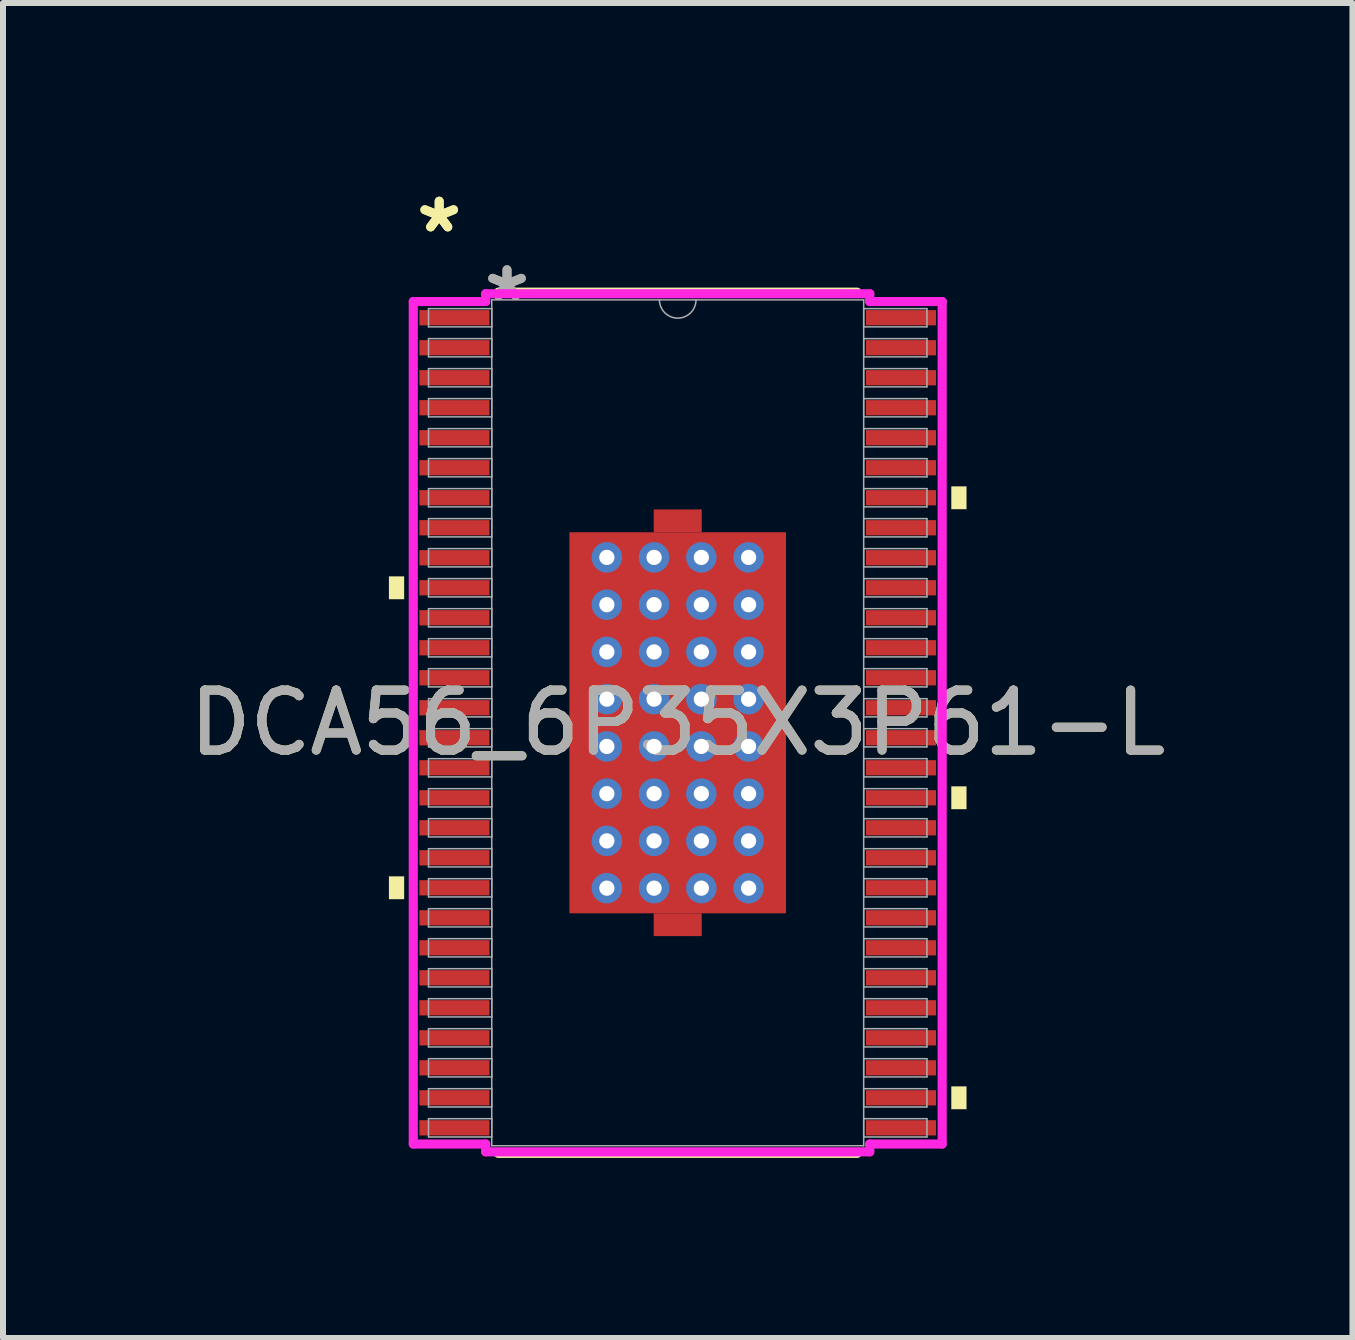
<source format=kicad_pcb>
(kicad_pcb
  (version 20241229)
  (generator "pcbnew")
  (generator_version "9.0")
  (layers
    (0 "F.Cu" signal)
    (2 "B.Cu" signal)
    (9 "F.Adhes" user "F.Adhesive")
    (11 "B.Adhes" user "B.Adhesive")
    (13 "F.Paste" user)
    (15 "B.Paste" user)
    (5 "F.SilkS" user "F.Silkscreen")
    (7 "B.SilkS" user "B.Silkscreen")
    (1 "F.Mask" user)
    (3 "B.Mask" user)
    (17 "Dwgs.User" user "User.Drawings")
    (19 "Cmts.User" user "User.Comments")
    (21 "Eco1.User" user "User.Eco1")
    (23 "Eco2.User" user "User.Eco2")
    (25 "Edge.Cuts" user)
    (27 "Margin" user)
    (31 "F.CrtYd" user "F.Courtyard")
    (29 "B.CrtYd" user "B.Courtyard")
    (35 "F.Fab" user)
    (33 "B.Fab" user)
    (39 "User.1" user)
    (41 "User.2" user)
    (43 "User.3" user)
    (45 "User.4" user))
  (footprint "DCA56_6P35X3P61-L"
    (layer "F.Cu")
    (at 8.244 8.995)
    (property "Reference" "DCA56_6P35X3P61-L" (at 0 0 0) (unlocked yes) (layer "F.SilkS") (effects (font (size 1 1) (thickness 0.15))))
    (attr smd)
    (fp_poly (pts (xy -0.4 -3.175) (xy -0.4 -3.555) (xy 0.4 -3.555) (xy 0.4 -3.175)) (stroke (width 0) (type solid)) (fill yes) (layer "F.Cu"))
    (fp_poly (pts (xy -0.4 3.175) (xy -0.4 3.555) (xy 0.4 3.555) (xy 0.4 3.175)) (stroke (width 0) (type solid)) (fill yes) (layer "F.Cu"))
    (fp_poly (pts (xy -1.869 -3.239) (xy -1.381 -3.239) (xy -1.381 3.239) (xy -1.869 3.239)) (stroke (width 0) (type solid)) (fill yes) (layer "F.Mask"))
    (fp_poly (pts (xy -1.869 -3.239) (xy 1.869 -3.239) (xy 1.869 -2.956) (xy -1.869 -2.956)) (stroke (width 0) (type solid)) (fill yes) (layer "F.Mask"))
    (fp_poly (pts (xy -1.869 -2.556) (xy 1.869 -2.556) (xy 1.869 -2.168) (xy -1.869 -2.168)) (stroke (width 0) (type solid)) (fill yes) (layer "F.Mask"))
    (fp_poly (pts (xy -1.869 -1.768) (xy 1.869 -1.768) (xy 1.869 -1.381) (xy -1.869 -1.381)) (stroke (width 0) (type solid)) (fill yes) (layer "F.Mask"))
    (fp_poly (pts (xy -1.869 -0.981) (xy 1.869 -0.981) (xy 1.869 -0.594) (xy -1.869 -0.594)) (stroke (width 0) (type solid)) (fill yes) (layer "F.Mask"))
    (fp_poly (pts (xy -1.869 -0.194) (xy 1.869 -0.194) (xy 1.869 0.194) (xy -1.869 0.194)) (stroke (width 0) (type solid)) (fill yes) (layer "F.Mask"))
    (fp_poly (pts (xy -1.869 0.594) (xy 1.869 0.594) (xy 1.869 0.981) (xy -1.869 0.981)) (stroke (width 0) (type solid)) (fill yes) (layer "F.Mask"))
    (fp_poly (pts (xy -1.869 1.381) (xy 1.869 1.381) (xy 1.869 1.768) (xy -1.869 1.768)) (stroke (width 0) (type solid)) (fill yes) (layer "F.Mask"))
    (fp_poly (pts (xy -1.869 2.168) (xy 1.869 2.168) (xy 1.869 2.556) (xy -1.869 2.556)) (stroke (width 0) (type solid)) (fill yes) (layer "F.Mask"))
    (fp_poly (pts (xy -1.869 2.956) (xy 1.869 2.956) (xy 1.869 3.239) (xy -1.869 3.239)) (stroke (width 0) (type solid)) (fill yes) (layer "F.Mask"))
    (fp_poly (pts (xy -0.594 -3.239) (xy -0.981 -3.239) (xy -0.981 3.239) (xy -0.594 3.239)) (stroke (width 0) (type solid)) (fill yes) (layer "F.Mask"))
    (fp_poly (pts (xy -0.4 -3.175) (xy -0.4 -3.555) (xy 0.4 -3.555) (xy 0.4 -3.175)) (stroke (width 0) (type solid)) (fill yes) (layer "F.Mask"))
    (fp_poly (pts (xy -0.4 3.175) (xy -0.4 3.555) (xy 0.4 3.555) (xy 0.4 3.175)) (stroke (width 0) (type solid)) (fill yes) (layer "F.Mask"))
    (fp_poly (pts (xy 0.194 -3.239) (xy -0.194 -3.239) (xy -0.194 3.239) (xy 0.194 3.239)) (stroke (width 0) (type solid)) (fill yes) (layer "F.Mask"))
    (fp_poly (pts (xy 0.981 -3.239) (xy 0.594 -3.239) (xy 0.594 3.239) (xy 0.981 3.239)) (stroke (width 0) (type solid)) (fill yes) (layer "F.Mask"))
    (fp_poly (pts (xy 1.381 -3.239) (xy 1.869 -3.239) (xy 1.869 3.239) (xy 1.381 3.239)) (stroke (width 0) (type solid)) (fill yes) (layer "F.Mask"))
    (fp_line (start -2.99 7.176) (end 2.99 7.176) (stroke (width 0.152) (type solid)) (layer "F.SilkS"))
    (fp_line (start 2.99 -7.176) (end -2.99 -7.176) (stroke (width 0.152) (type solid)) (layer "F.SilkS"))
    (fp_poly (pts (xy -4.813 -2.44) (xy -4.813 -2.059) (xy -4.559 -2.059) (xy -4.559 -2.44)) (stroke (width 0) (type solid)) (fill yes) (layer "F.SilkS"))
    (fp_poly (pts (xy -4.813 2.559) (xy -4.813 2.94) (xy -4.559 2.94) (xy -4.559 2.559)) (stroke (width 0) (type solid)) (fill yes) (layer "F.SilkS"))
    (fp_poly (pts (xy 4.813 -3.94) (xy 4.813 -3.559) (xy 4.559 -3.559) (xy 4.559 -3.94)) (stroke (width 0) (type solid)) (fill yes) (layer "F.SilkS"))
    (fp_poly (pts (xy 4.813 1.059) (xy 4.813 1.44) (xy 4.559 1.44) (xy 4.559 1.059)) (stroke (width 0) (type solid)) (fill yes) (layer "F.SilkS"))
    (fp_poly (pts (xy 4.813 6.059) (xy 4.813 6.44) (xy 4.559 6.44) (xy 4.559 6.059)) (stroke (width 0) (type solid)) (fill yes) (layer "F.SilkS"))
    (fp_poly (pts (xy -1.73 -3.1) (xy -1.73 -2.856) (xy -1.423 -2.856) (xy -1.281 -2.997) (xy -1.281 -3.1)) (stroke (width 0) (type solid)) (fill yes) (layer "F.Paste"))
    (fp_poly (pts (xy -1.73 2.856) (xy -1.73 3.1) (xy -1.281 3.1) (xy -1.281 2.997) (xy -1.423 2.856)) (stroke (width 0) (type solid)) (fill yes) (layer "F.Paste"))
    (fp_poly (pts (xy 1.281 -3.1) (xy 1.281 -2.997) (xy 1.423 -2.856) (xy 1.73 -2.856) (xy 1.73 -3.1)) (stroke (width 0) (type solid)) (fill yes) (layer "F.Paste"))
    (fp_poly (pts (xy 1.423 2.856) (xy 1.281 2.997) (xy 1.281 3.1) (xy 1.73 3.1) (xy 1.73 2.856)) (stroke (width 0) (type solid)) (fill yes) (layer "F.Paste"))
    (fp_poly (pts (xy -1.73 -2.656) (xy -1.73 -2.068) (xy -1.423 -2.068) (xy -1.281 -2.21) (xy -1.281 -2.514) (xy -1.423 -2.656)) (stroke (width 0) (type solid)) (fill yes) (layer "F.Paste"))
    (fp_poly (pts (xy -1.73 -1.869) (xy -1.73 -1.281) (xy -1.423 -1.281) (xy -1.281 -1.423) (xy -1.281 -1.727) (xy -1.423 -1.869)) (stroke (width 0) (type solid)) (fill yes) (layer "F.Paste"))
    (fp_poly (pts (xy -1.73 -1.081) (xy -1.73 -0.494) (xy -1.423 -0.494) (xy -1.281 -0.635) (xy -1.281 -0.94) (xy -1.423 -1.081)) (stroke (width 0) (type solid)) (fill yes) (layer "F.Paste"))
    (fp_poly (pts (xy -1.73 -0.294) (xy -1.73 0.294) (xy -1.423 0.294) (xy -1.281 0.152) (xy -1.281 -0.152) (xy -1.423 -0.294)) (stroke (width 0) (type solid)) (fill yes) (layer "F.Paste"))
    (fp_poly (pts (xy -1.73 0.494) (xy -1.73 1.081) (xy -1.423 1.081) (xy -1.281 0.94) (xy -1.281 0.635) (xy -1.423 0.494)) (stroke (width 0) (type solid)) (fill yes) (layer "F.Paste"))
    (fp_poly (pts (xy -1.73 1.281) (xy -1.73 1.869) (xy -1.423 1.869) (xy -1.281 1.727) (xy -1.281 1.423) (xy -1.423 1.281)) (stroke (width 0) (type solid)) (fill yes) (layer "F.Paste"))
    (fp_poly (pts (xy -1.73 2.068) (xy -1.73 2.656) (xy -1.423 2.656) (xy -1.281 2.514) (xy -1.281 2.21) (xy -1.423 2.068)) (stroke (width 0) (type solid)) (fill yes) (layer "F.Paste"))
    (fp_poly (pts (xy -1.081 -3.1) (xy -1.081 -2.997) (xy -0.94 -2.856) (xy -0.635 -2.856) (xy -0.494 -2.997) (xy -0.494 -3.1)) (stroke (width 0) (type solid)) (fill yes) (layer "F.Paste"))
    (fp_poly (pts (xy -0.94 2.856) (xy -1.081 2.997) (xy -1.081 3.1) (xy -0.494 3.1) (xy -0.494 2.997) (xy -0.635 2.856)) (stroke (width 0) (type solid)) (fill yes) (layer "F.Paste"))
    (fp_poly (pts (xy -0.294 -3.1) (xy -0.294 -2.997) (xy -0.152 -2.856) (xy 0.152 -2.856) (xy 0.294 -2.997) (xy 0.294 -3.1)) (stroke (width 0) (type solid)) (fill yes) (layer "F.Paste"))
    (fp_poly (pts (xy -0.152 2.856) (xy -0.294 2.997) (xy -0.294 3.1) (xy 0.294 3.1) (xy 0.294 2.997) (xy 0.152 2.856)) (stroke (width 0) (type solid)) (fill yes) (layer "F.Paste"))
    (fp_poly (pts (xy 0.494 -3.1) (xy 0.494 -2.997) (xy 0.635 -2.856) (xy 0.94 -2.856) (xy 1.081 -2.997) (xy 1.081 -3.1)) (stroke (width 0) (type solid)) (fill yes) (layer "F.Paste"))
    (fp_poly (pts (xy 0.635 2.856) (xy 0.494 2.997) (xy 0.494 3.1) (xy 1.081 3.1) (xy 1.081 2.997) (xy 0.94 2.856)) (stroke (width 0) (type solid)) (fill yes) (layer "F.Paste"))
    (fp_poly (pts (xy 1.423 -2.656) (xy 1.281 -2.514) (xy 1.281 -2.21) (xy 1.423 -2.068) (xy 1.73 -2.068) (xy 1.73 -2.656)) (stroke (width 0) (type solid)) (fill yes) (layer "F.Paste"))
    (fp_poly (pts (xy 1.423 -1.869) (xy 1.281 -1.727) (xy 1.281 -1.423) (xy 1.423 -1.281) (xy 1.73 -1.281) (xy 1.73 -1.869)) (stroke (width 0) (type solid)) (fill yes) (layer "F.Paste"))
    (fp_poly (pts (xy 1.423 -1.081) (xy 1.281 -0.94) (xy 1.281 -0.635) (xy 1.423 -0.494) (xy 1.73 -0.494) (xy 1.73 -1.081)) (stroke (width 0) (type solid)) (fill yes) (layer "F.Paste"))
    (fp_poly (pts (xy 1.423 -0.294) (xy 1.281 -0.152) (xy 1.281 0.152) (xy 1.423 0.294) (xy 1.73 0.294) (xy 1.73 -0.294)) (stroke (width 0) (type solid)) (fill yes) (layer "F.Paste"))
    (fp_poly (pts (xy 1.423 0.494) (xy 1.281 0.635) (xy 1.281 0.94) (xy 1.423 1.081) (xy 1.73 1.081) (xy 1.73 0.494)) (stroke (width 0) (type solid)) (fill yes) (layer "F.Paste"))
    (fp_poly (pts (xy 1.423 1.281) (xy 1.281 1.423) (xy 1.281 1.727) (xy 1.423 1.869) (xy 1.73 1.869) (xy 1.73 1.281)) (stroke (width 0) (type solid)) (fill yes) (layer "F.Paste"))
    (fp_poly (pts (xy 1.423 2.068) (xy 1.281 2.21) (xy 1.281 2.514) (xy 1.423 2.656) (xy 1.73 2.656) (xy 1.73 2.068)) (stroke (width 0) (type solid)) (fill yes) (layer "F.Paste"))
    (fp_poly (pts (xy -0.94 -2.656) (xy -1.081 -2.514) (xy -1.081 -2.21) (xy -0.94 -2.068) (xy -0.635 -2.068) (xy -0.494 -2.21) (xy -0.494 -2.514) (xy -0.635 -2.656)) (stroke (width 0) (type solid)) (fill yes) (layer "F.Paste"))
    (fp_poly (pts (xy -0.94 -1.869) (xy -1.081 -1.727) (xy -1.081 -1.423) (xy -0.94 -1.281) (xy -0.635 -1.281) (xy -0.494 -1.423) (xy -0.494 -1.727) (xy -0.635 -1.869)) (stroke (width 0) (type solid)) (fill yes) (layer "F.Paste"))
    (fp_poly (pts (xy -0.94 -1.081) (xy -1.081 -0.94) (xy -1.081 -0.635) (xy -0.94 -0.494) (xy -0.635 -0.494) (xy -0.494 -0.635) (xy -0.494 -0.94) (xy -0.635 -1.081)) (stroke (width 0) (type solid)) (fill yes) (layer "F.Paste"))
    (fp_poly (pts (xy -0.94 -0.294) (xy -1.081 -0.152) (xy -1.081 0.152) (xy -0.94 0.294) (xy -0.635 0.294) (xy -0.494 0.152) (xy -0.494 -0.152) (xy -0.635 -0.294)) (stroke (width 0) (type solid)) (fill yes) (layer "F.Paste"))
    (fp_poly (pts (xy -0.94 0.494) (xy -1.081 0.635) (xy -1.081 0.94) (xy -0.94 1.081) (xy -0.635 1.081) (xy -0.494 0.94) (xy -0.494 0.635) (xy -0.635 0.494)) (stroke (width 0) (type solid)) (fill yes) (layer "F.Paste"))
    (fp_poly (pts (xy -0.94 1.281) (xy -1.081 1.423) (xy -1.081 1.727) (xy -0.94 1.869) (xy -0.635 1.869) (xy -0.494 1.727) (xy -0.494 1.423) (xy -0.635 1.281)) (stroke (width 0) (type solid)) (fill yes) (layer "F.Paste"))
    (fp_poly (pts (xy -0.94 2.068) (xy -1.081 2.21) (xy -1.081 2.514) (xy -0.94 2.656) (xy -0.635 2.656) (xy -0.494 2.514) (xy -0.494 2.21) (xy -0.635 2.068)) (stroke (width 0) (type solid)) (fill yes) (layer "F.Paste"))
    (fp_poly (pts (xy -0.152 -2.656) (xy -0.294 -2.514) (xy -0.294 -2.21) (xy -0.152 -2.068) (xy 0.152 -2.068) (xy 0.294 -2.21) (xy 0.294 -2.514) (xy 0.152 -2.656)) (stroke (width 0) (type solid)) (fill yes) (layer "F.Paste"))
    (fp_poly (pts (xy -0.152 -1.869) (xy -0.294 -1.727) (xy -0.294 -1.423) (xy -0.152 -1.281) (xy 0.152 -1.281) (xy 0.294 -1.423) (xy 0.294 -1.727) (xy 0.152 -1.869)) (stroke (width 0) (type solid)) (fill yes) (layer "F.Paste"))
    (fp_poly (pts (xy -0.152 -1.081) (xy -0.294 -0.94) (xy -0.294 -0.635) (xy -0.152 -0.494) (xy 0.152 -0.494) (xy 0.294 -0.635) (xy 0.294 -0.94) (xy 0.152 -1.081)) (stroke (width 0) (type solid)) (fill yes) (layer "F.Paste"))
    (fp_poly (pts (xy -0.152 -0.294) (xy -0.294 -0.152) (xy -0.294 0.152) (xy -0.152 0.294) (xy 0.152 0.294) (xy 0.294 0.152) (xy 0.294 -0.152) (xy 0.152 -0.294)) (stroke (width 0) (type solid)) (fill yes) (layer "F.Paste"))
    (fp_poly (pts (xy -0.152 0.494) (xy -0.294 0.635) (xy -0.294 0.94) (xy -0.152 1.081) (xy 0.152 1.081) (xy 0.294 0.94) (xy 0.294 0.635) (xy 0.152 0.494)) (stroke (width 0) (type solid)) (fill yes) (layer "F.Paste"))
    (fp_poly (pts (xy -0.152 1.281) (xy -0.294 1.423) (xy -0.294 1.727) (xy -0.152 1.869) (xy 0.152 1.869) (xy 0.294 1.727) (xy 0.294 1.423) (xy 0.152 1.281)) (stroke (width 0) (type solid)) (fill yes) (layer "F.Paste"))
    (fp_poly (pts (xy -0.152 2.068) (xy -0.294 2.21) (xy -0.294 2.514) (xy -0.152 2.656) (xy 0.152 2.656) (xy 0.294 2.514) (xy 0.294 2.21) (xy 0.152 2.068)) (stroke (width 0) (type solid)) (fill yes) (layer "F.Paste"))
    (fp_poly (pts (xy 0.635 -2.656) (xy 0.494 -2.514) (xy 0.494 -2.21) (xy 0.635 -2.068) (xy 0.94 -2.068) (xy 1.081 -2.21) (xy 1.081 -2.514) (xy 0.94 -2.656)) (stroke (width 0) (type solid)) (fill yes) (layer "F.Paste"))
    (fp_poly (pts (xy 0.635 -1.869) (xy 0.494 -1.727) (xy 0.494 -1.423) (xy 0.635 -1.281) (xy 0.94 -1.281) (xy 1.081 -1.423) (xy 1.081 -1.727) (xy 0.94 -1.869)) (stroke (width 0) (type solid)) (fill yes) (layer "F.Paste"))
    (fp_poly (pts (xy 0.635 -1.081) (xy 0.494 -0.94) (xy 0.494 -0.635) (xy 0.635 -0.494) (xy 0.94 -0.494) (xy 1.081 -0.635) (xy 1.081 -0.94) (xy 0.94 -1.081)) (stroke (width 0) (type solid)) (fill yes) (layer "F.Paste"))
    (fp_poly (pts (xy 0.635 -0.294) (xy 0.494 -0.152) (xy 0.494 0.152) (xy 0.635 0.294) (xy 0.94 0.294) (xy 1.081 0.152) (xy 1.081 -0.152) (xy 0.94 -0.294)) (stroke (width 0) (type solid)) (fill yes) (layer "F.Paste"))
    (fp_poly (pts (xy 0.635 0.494) (xy 0.494 0.635) (xy 0.494 0.94) (xy 0.635 1.081) (xy 0.94 1.081) (xy 1.081 0.94) (xy 1.081 0.635) (xy 0.94 0.494)) (stroke (width 0) (type solid)) (fill yes) (layer "F.Paste"))
    (fp_poly (pts (xy 0.635 1.281) (xy 0.494 1.423) (xy 0.494 1.727) (xy 0.635 1.869) (xy 0.94 1.869) (xy 1.081 1.727) (xy 1.081 1.423) (xy 0.94 1.281)) (stroke (width 0) (type solid)) (fill yes) (layer "F.Paste"))
    (fp_poly (pts (xy 0.635 2.068) (xy 0.494 2.21) (xy 0.494 2.514) (xy 0.635 2.656) (xy 0.94 2.656) (xy 1.081 2.514) (xy 1.081 2.21) (xy 0.94 2.068)) (stroke (width 0) (type solid)) (fill yes) (layer "F.Paste"))
    (fp_line (start -4.407 -7.02) (end -3.2 -7.02) (stroke (width 0.152) (type solid)) (layer "F.CrtYd"))
    (fp_line (start -4.407 7.02) (end -4.407 -7.02) (stroke (width 0.152) (type solid)) (layer "F.CrtYd"))
    (fp_line (start -4.407 7.02) (end -3.2 7.02) (stroke (width 0.152) (type solid)) (layer "F.CrtYd"))
    (fp_line (start -3.2 -7.15) (end 3.2 -7.15) (stroke (width 0.152) (type solid)) (layer "F.CrtYd"))
    (fp_line (start -3.2 -7.02) (end -3.2 -7.15) (stroke (width 0.152) (type solid)) (layer "F.CrtYd"))
    (fp_line (start -3.2 7.15) (end -3.2 7.02) (stroke (width 0.152) (type solid)) (layer "F.CrtYd"))
    (fp_line (start 3.2 -7.15) (end 3.2 -7.02) (stroke (width 0.152) (type solid)) (layer "F.CrtYd"))
    (fp_line (start 3.2 7.02) (end 3.2 7.15) (stroke (width 0.152) (type solid)) (layer "F.CrtYd"))
    (fp_line (start 3.2 7.15) (end -3.2 7.15) (stroke (width 0.152) (type solid)) (layer "F.CrtYd"))
    (fp_line (start 4.407 -7.02) (end 3.2 -7.02) (stroke (width 0.152) (type solid)) (layer "F.CrtYd"))
    (fp_line (start 4.407 -7.02) (end 4.407 7.02) (stroke (width 0.152) (type solid)) (layer "F.CrtYd"))
    (fp_line (start 4.407 7.02) (end 3.2 7.02) (stroke (width 0.152) (type solid)) (layer "F.CrtYd"))
    (fp_line (start -4.153 -6.902) (end -4.153 -6.598) (stroke (width 0.025) (type solid)) (layer "F.Fab"))
    (fp_line (start -4.153 -6.598) (end -3.099 -6.598) (stroke (width 0.025) (type solid)) (layer "F.Fab"))
    (fp_line (start -4.153 -6.402) (end -4.153 -6.098) (stroke (width 0.025) (type solid)) (layer "F.Fab"))
    (fp_line (start -4.153 -6.098) (end -3.099 -6.098) (stroke (width 0.025) (type solid)) (layer "F.Fab"))
    (fp_line (start -4.153 -5.902) (end -4.153 -5.598) (stroke (width 0.025) (type solid)) (layer "F.Fab"))
    (fp_line (start -4.153 -5.598) (end -3.099 -5.598) (stroke (width 0.025) (type solid)) (layer "F.Fab"))
    (fp_line (start -4.153 -5.402) (end -4.153 -5.098) (stroke (width 0.025) (type solid)) (layer "F.Fab"))
    (fp_line (start -4.153 -5.098) (end -3.099 -5.098) (stroke (width 0.025) (type solid)) (layer "F.Fab"))
    (fp_line (start -4.153 -4.902) (end -4.153 -4.598) (stroke (width 0.025) (type solid)) (layer "F.Fab"))
    (fp_line (start -4.153 -4.598) (end -3.099 -4.598) (stroke (width 0.025) (type solid)) (layer "F.Fab"))
    (fp_line (start -4.153 -4.402) (end -4.153 -4.098) (stroke (width 0.025) (type solid)) (layer "F.Fab"))
    (fp_line (start -4.153 -4.098) (end -3.099 -4.098) (stroke (width 0.025) (type solid)) (layer "F.Fab"))
    (fp_line (start -4.153 -3.902) (end -4.153 -3.598) (stroke (width 0.025) (type solid)) (layer "F.Fab"))
    (fp_line (start -4.153 -3.598) (end -3.099 -3.598) (stroke (width 0.025) (type solid)) (layer "F.Fab"))
    (fp_line (start -4.153 -3.402) (end -4.153 -3.098) (stroke (width 0.025) (type solid)) (layer "F.Fab"))
    (fp_line (start -4.153 -3.098) (end -3.099 -3.098) (stroke (width 0.025) (type solid)) (layer "F.Fab"))
    (fp_line (start -4.153 -2.902) (end -4.153 -2.598) (stroke (width 0.025) (type solid)) (layer "F.Fab"))
    (fp_line (start -4.153 -2.598) (end -3.099 -2.598) (stroke (width 0.025) (type solid)) (layer "F.Fab"))
    (fp_line (start -4.153 -2.402) (end -4.153 -2.098) (stroke (width 0.025) (type solid)) (layer "F.Fab"))
    (fp_line (start -4.153 -2.098) (end -3.099 -2.098) (stroke (width 0.025) (type solid)) (layer "F.Fab"))
    (fp_line (start -4.153 -1.902) (end -4.153 -1.598) (stroke (width 0.025) (type solid)) (layer "F.Fab"))
    (fp_line (start -4.153 -1.598) (end -3.099 -1.598) (stroke (width 0.025) (type solid)) (layer "F.Fab"))
    (fp_line (start -4.153 -1.402) (end -4.153 -1.098) (stroke (width 0.025) (type solid)) (layer "F.Fab"))
    (fp_line (start -4.153 -1.098) (end -3.099 -1.098) (stroke (width 0.025) (type solid)) (layer "F.Fab"))
    (fp_line (start -4.153 -0.902) (end -4.153 -0.598) (stroke (width 0.025) (type solid)) (layer "F.Fab"))
    (fp_line (start -4.153 -0.598) (end -3.099 -0.598) (stroke (width 0.025) (type solid)) (layer "F.Fab"))
    (fp_line (start -4.153 -0.402) (end -4.153 -0.098) (stroke (width 0.025) (type solid)) (layer "F.Fab"))
    (fp_line (start -4.153 -0.098) (end -3.099 -0.098) (stroke (width 0.025) (type solid)) (layer "F.Fab"))
    (fp_line (start -4.153 0.098) (end -4.153 0.402) (stroke (width 0.025) (type solid)) (layer "F.Fab"))
    (fp_line (start -4.153 0.402) (end -3.099 0.402) (stroke (width 0.025) (type solid)) (layer "F.Fab"))
    (fp_line (start -4.153 0.598) (end -4.153 0.902) (stroke (width 0.025) (type solid)) (layer "F.Fab"))
    (fp_line (start -4.153 0.902) (end -3.099 0.902) (stroke (width 0.025) (type solid)) (layer "F.Fab"))
    (fp_line (start -4.153 1.098) (end -4.153 1.402) (stroke (width 0.025) (type solid)) (layer "F.Fab"))
    (fp_line (start -4.153 1.402) (end -3.099 1.402) (stroke (width 0.025) (type solid)) (layer "F.Fab"))
    (fp_line (start -4.153 1.598) (end -4.153 1.902) (stroke (width 0.025) (type solid)) (layer "F.Fab"))
    (fp_line (start -4.153 1.902) (end -3.099 1.902) (stroke (width 0.025) (type solid)) (layer "F.Fab"))
    (fp_line (start -4.153 2.098) (end -4.153 2.402) (stroke (width 0.025) (type solid)) (layer "F.Fab"))
    (fp_line (start -4.153 2.402) (end -3.099 2.402) (stroke (width 0.025) (type solid)) (layer "F.Fab"))
    (fp_line (start -4.153 2.598) (end -4.153 2.902) (stroke (width 0.025) (type solid)) (layer "F.Fab"))
    (fp_line (start -4.153 2.902) (end -3.099 2.902) (stroke (width 0.025) (type solid)) (layer "F.Fab"))
    (fp_line (start -4.153 3.098) (end -4.153 3.402) (stroke (width 0.025) (type solid)) (layer "F.Fab"))
    (fp_line (start -4.153 3.402) (end -3.099 3.402) (stroke (width 0.025) (type solid)) (layer "F.Fab"))
    (fp_line (start -4.153 3.598) (end -4.153 3.902) (stroke (width 0.025) (type solid)) (layer "F.Fab"))
    (fp_line (start -4.153 3.902) (end -3.099 3.902) (stroke (width 0.025) (type solid)) (layer "F.Fab"))
    (fp_line (start -4.153 4.098) (end -4.153 4.402) (stroke (width 0.025) (type solid)) (layer "F.Fab"))
    (fp_line (start -4.153 4.402) (end -3.099 4.402) (stroke (width 0.025) (type solid)) (layer "F.Fab"))
    (fp_line (start -4.153 4.598) (end -4.153 4.902) (stroke (width 0.025) (type solid)) (layer "F.Fab"))
    (fp_line (start -4.153 4.902) (end -3.099 4.902) (stroke (width 0.025) (type solid)) (layer "F.Fab"))
    (fp_line (start -4.153 5.098) (end -4.153 5.402) (stroke (width 0.025) (type solid)) (layer "F.Fab"))
    (fp_line (start -4.153 5.402) (end -3.099 5.402) (stroke (width 0.025) (type solid)) (layer "F.Fab"))
    (fp_line (start -4.153 5.598) (end -4.153 5.902) (stroke (width 0.025) (type solid)) (layer "F.Fab"))
    (fp_line (start -4.153 5.902) (end -3.099 5.902) (stroke (width 0.025) (type solid)) (layer "F.Fab"))
    (fp_line (start -4.153 6.098) (end -4.153 6.402) (stroke (width 0.025) (type solid)) (layer "F.Fab"))
    (fp_line (start -4.153 6.402) (end -3.099 6.402) (stroke (width 0.025) (type solid)) (layer "F.Fab"))
    (fp_line (start -4.153 6.598) (end -4.153 6.902) (stroke (width 0.025) (type solid)) (layer "F.Fab"))
    (fp_line (start -4.153 6.902) (end -3.099 6.902) (stroke (width 0.025) (type solid)) (layer "F.Fab"))
    (fp_line (start -3.099 -7.048) (end -3.099 7.048) (stroke (width 0.025) (type solid)) (layer "F.Fab"))
    (fp_line (start -3.099 -6.902) (end -4.153 -6.902) (stroke (width 0.025) (type solid)) (layer "F.Fab"))
    (fp_line (start -3.099 -6.598) (end -3.099 -6.902) (stroke (width 0.025) (type solid)) (layer "F.Fab"))
    (fp_line (start -3.099 -6.402) (end -4.153 -6.402) (stroke (width 0.025) (type solid)) (layer "F.Fab"))
    (fp_line (start -3.099 -6.098) (end -3.099 -6.402) (stroke (width 0.025) (type solid)) (layer "F.Fab"))
    (fp_line (start -3.099 -5.902) (end -4.153 -5.902) (stroke (width 0.025) (type solid)) (layer "F.Fab"))
    (fp_line (start -3.099 -5.598) (end -3.099 -5.902) (stroke (width 0.025) (type solid)) (layer "F.Fab"))
    (fp_line (start -3.099 -5.402) (end -4.153 -5.402) (stroke (width 0.025) (type solid)) (layer "F.Fab"))
    (fp_line (start -3.099 -5.098) (end -3.099 -5.402) (stroke (width 0.025) (type solid)) (layer "F.Fab"))
    (fp_line (start -3.099 -4.902) (end -4.153 -4.902) (stroke (width 0.025) (type solid)) (layer "F.Fab"))
    (fp_line (start -3.099 -4.598) (end -3.099 -4.902) (stroke (width 0.025) (type solid)) (layer "F.Fab"))
    (fp_line (start -3.099 -4.402) (end -4.153 -4.402) (stroke (width 0.025) (type solid)) (layer "F.Fab"))
    (fp_line (start -3.099 -4.098) (end -3.099 -4.402) (stroke (width 0.025) (type solid)) (layer "F.Fab"))
    (fp_line (start -3.099 -3.902) (end -4.153 -3.902) (stroke (width 0.025) (type solid)) (layer "F.Fab"))
    (fp_line (start -3.099 -3.598) (end -3.099 -3.902) (stroke (width 0.025) (type solid)) (layer "F.Fab"))
    (fp_line (start -3.099 -3.402) (end -4.153 -3.402) (stroke (width 0.025) (type solid)) (layer "F.Fab"))
    (fp_line (start -3.099 -3.098) (end -3.099 -3.402) (stroke (width 0.025) (type solid)) (layer "F.Fab"))
    (fp_line (start -3.099 -2.902) (end -4.153 -2.902) (stroke (width 0.025) (type solid)) (layer "F.Fab"))
    (fp_line (start -3.099 -2.598) (end -3.099 -2.902) (stroke (width 0.025) (type solid)) (layer "F.Fab"))
    (fp_line (start -3.099 -2.402) (end -4.153 -2.402) (stroke (width 0.025) (type solid)) (layer "F.Fab"))
    (fp_line (start -3.099 -2.098) (end -3.099 -2.402) (stroke (width 0.025) (type solid)) (layer "F.Fab"))
    (fp_line (start -3.099 -1.902) (end -4.153 -1.902) (stroke (width 0.025) (type solid)) (layer "F.Fab"))
    (fp_line (start -3.099 -1.598) (end -3.099 -1.902) (stroke (width 0.025) (type solid)) (layer "F.Fab"))
    (fp_line (start -3.099 -1.402) (end -4.153 -1.402) (stroke (width 0.025) (type solid)) (layer "F.Fab"))
    (fp_line (start -3.099 -1.098) (end -3.099 -1.402) (stroke (width 0.025) (type solid)) (layer "F.Fab"))
    (fp_line (start -3.099 -0.902) (end -4.153 -0.902) (stroke (width 0.025) (type solid)) (layer "F.Fab"))
    (fp_line (start -3.099 -0.598) (end -3.099 -0.902) (stroke (width 0.025) (type solid)) (layer "F.Fab"))
    (fp_line (start -3.099 -0.402) (end -4.153 -0.402) (stroke (width 0.025) (type solid)) (layer "F.Fab"))
    (fp_line (start -3.099 -0.098) (end -3.099 -0.402) (stroke (width 0.025) (type solid)) (layer "F.Fab"))
    (fp_line (start -3.099 0.098) (end -4.153 0.098) (stroke (width 0.025) (type solid)) (layer "F.Fab"))
    (fp_line (start -3.099 0.402) (end -3.099 0.098) (stroke (width 0.025) (type solid)) (layer "F.Fab"))
    (fp_line (start -3.099 0.598) (end -4.153 0.598) (stroke (width 0.025) (type solid)) (layer "F.Fab"))
    (fp_line (start -3.099 0.902) (end -3.099 0.598) (stroke (width 0.025) (type solid)) (layer "F.Fab"))
    (fp_line (start -3.099 1.098) (end -4.153 1.098) (stroke (width 0.025) (type solid)) (layer "F.Fab"))
    (fp_line (start -3.099 1.402) (end -3.099 1.098) (stroke (width 0.025) (type solid)) (layer "F.Fab"))
    (fp_line (start -3.099 1.598) (end -4.153 1.598) (stroke (width 0.025) (type solid)) (layer "F.Fab"))
    (fp_line (start -3.099 1.902) (end -3.099 1.598) (stroke (width 0.025) (type solid)) (layer "F.Fab"))
    (fp_line (start -3.099 2.098) (end -4.153 2.098) (stroke (width 0.025) (type solid)) (layer "F.Fab"))
    (fp_line (start -3.099 2.402) (end -3.099 2.098) (stroke (width 0.025) (type solid)) (layer "F.Fab"))
    (fp_line (start -3.099 2.598) (end -4.153 2.598) (stroke (width 0.025) (type solid)) (layer "F.Fab"))
    (fp_line (start -3.099 2.902) (end -3.099 2.598) (stroke (width 0.025) (type solid)) (layer "F.Fab"))
    (fp_line (start -3.099 3.098) (end -4.153 3.098) (stroke (width 0.025) (type solid)) (layer "F.Fab"))
    (fp_line (start -3.099 3.402) (end -3.099 3.098) (stroke (width 0.025) (type solid)) (layer "F.Fab"))
    (fp_line (start -3.099 3.598) (end -4.153 3.598) (stroke (width 0.025) (type solid)) (layer "F.Fab"))
    (fp_line (start -3.099 3.902) (end -3.099 3.598) (stroke (width 0.025) (type solid)) (layer "F.Fab"))
    (fp_line (start -3.099 4.098) (end -4.153 4.098) (stroke (width 0.025) (type solid)) (layer "F.Fab"))
    (fp_line (start -3.099 4.402) (end -3.099 4.098) (stroke (width 0.025) (type solid)) (layer "F.Fab"))
    (fp_line (start -3.099 4.598) (end -4.153 4.598) (stroke (width 0.025) (type solid)) (layer "F.Fab"))
    (fp_line (start -3.099 4.902) (end -3.099 4.598) (stroke (width 0.025) (type solid)) (layer "F.Fab"))
    (fp_line (start -3.099 5.098) (end -4.153 5.098) (stroke (width 0.025) (type solid)) (layer "F.Fab"))
    (fp_line (start -3.099 5.402) (end -3.099 5.098) (stroke (width 0.025) (type solid)) (layer "F.Fab"))
    (fp_line (start -3.099 5.598) (end -4.153 5.598) (stroke (width 0.025) (type solid)) (layer "F.Fab"))
    (fp_line (start -3.099 5.902) (end -3.099 5.598) (stroke (width 0.025) (type solid)) (layer "F.Fab"))
    (fp_line (start -3.099 6.098) (end -4.153 6.098) (stroke (width 0.025) (type solid)) (layer "F.Fab"))
    (fp_line (start -3.099 6.402) (end -3.099 6.098) (stroke (width 0.025) (type solid)) (layer "F.Fab"))
    (fp_line (start -3.099 6.598) (end -4.153 6.598) (stroke (width 0.025) (type solid)) (layer "F.Fab"))
    (fp_line (start -3.099 6.902) (end -3.099 6.598) (stroke (width 0.025) (type solid)) (layer "F.Fab"))
    (fp_line (start -3.099 7.048) (end 3.099 7.048) (stroke (width 0.025) (type solid)) (layer "F.Fab"))
    (fp_line (start 3.099 -7.048) (end -3.099 -7.048) (stroke (width 0.025) (type solid)) (layer "F.Fab"))
    (fp_line (start 3.099 -6.902) (end 3.099 -6.598) (stroke (width 0.025) (type solid)) (layer "F.Fab"))
    (fp_line (start 3.099 -6.598) (end 4.153 -6.598) (stroke (width 0.025) (type solid)) (layer "F.Fab"))
    (fp_line (start 3.099 -6.402) (end 3.099 -6.098) (stroke (width 0.025) (type solid)) (layer "F.Fab"))
    (fp_line (start 3.099 -6.098) (end 4.153 -6.098) (stroke (width 0.025) (type solid)) (layer "F.Fab"))
    (fp_line (start 3.099 -5.902) (end 3.099 -5.598) (stroke (width 0.025) (type solid)) (layer "F.Fab"))
    (fp_line (start 3.099 -5.598) (end 4.153 -5.598) (stroke (width 0.025) (type solid)) (layer "F.Fab"))
    (fp_line (start 3.099 -5.402) (end 3.099 -5.098) (stroke (width 0.025) (type solid)) (layer "F.Fab"))
    (fp_line (start 3.099 -5.098) (end 4.153 -5.098) (stroke (width 0.025) (type solid)) (layer "F.Fab"))
    (fp_line (start 3.099 -4.902) (end 3.099 -4.598) (stroke (width 0.025) (type solid)) (layer "F.Fab"))
    (fp_line (start 3.099 -4.598) (end 4.153 -4.598) (stroke (width 0.025) (type solid)) (layer "F.Fab"))
    (fp_line (start 3.099 -4.402) (end 3.099 -4.098) (stroke (width 0.025) (type solid)) (layer "F.Fab"))
    (fp_line (start 3.099 -4.098) (end 4.153 -4.098) (stroke (width 0.025) (type solid)) (layer "F.Fab"))
    (fp_line (start 3.099 -3.902) (end 3.099 -3.598) (stroke (width 0.025) (type solid)) (layer "F.Fab"))
    (fp_line (start 3.099 -3.598) (end 4.153 -3.598) (stroke (width 0.025) (type solid)) (layer "F.Fab"))
    (fp_line (start 3.099 -3.402) (end 3.099 -3.098) (stroke (width 0.025) (type solid)) (layer "F.Fab"))
    (fp_line (start 3.099 -3.098) (end 4.153 -3.098) (stroke (width 0.025) (type solid)) (layer "F.Fab"))
    (fp_line (start 3.099 -2.902) (end 3.099 -2.598) (stroke (width 0.025) (type solid)) (layer "F.Fab"))
    (fp_line (start 3.099 -2.598) (end 4.153 -2.598) (stroke (width 0.025) (type solid)) (layer "F.Fab"))
    (fp_line (start 3.099 -2.402) (end 3.099 -2.098) (stroke (width 0.025) (type solid)) (layer "F.Fab"))
    (fp_line (start 3.099 -2.098) (end 4.153 -2.098) (stroke (width 0.025) (type solid)) (layer "F.Fab"))
    (fp_line (start 3.099 -1.902) (end 3.099 -1.598) (stroke (width 0.025) (type solid)) (layer "F.Fab"))
    (fp_line (start 3.099 -1.598) (end 4.153 -1.598) (stroke (width 0.025) (type solid)) (layer "F.Fab"))
    (fp_line (start 3.099 -1.402) (end 3.099 -1.098) (stroke (width 0.025) (type solid)) (layer "F.Fab"))
    (fp_line (start 3.099 -1.098) (end 4.153 -1.098) (stroke (width 0.025) (type solid)) (layer "F.Fab"))
    (fp_line (start 3.099 -0.902) (end 3.099 -0.598) (stroke (width 0.025) (type solid)) (layer "F.Fab"))
    (fp_line (start 3.099 -0.598) (end 4.153 -0.598) (stroke (width 0.025) (type solid)) (layer "F.Fab"))
    (fp_line (start 3.099 -0.402) (end 3.099 -0.098) (stroke (width 0.025) (type solid)) (layer "F.Fab"))
    (fp_line (start 3.099 -0.098) (end 4.153 -0.098) (stroke (width 0.025) (type solid)) (layer "F.Fab"))
    (fp_line (start 3.099 0.098) (end 3.099 0.402) (stroke (width 0.025) (type solid)) (layer "F.Fab"))
    (fp_line (start 3.099 0.402) (end 4.153 0.402) (stroke (width 0.025) (type solid)) (layer "F.Fab"))
    (fp_line (start 3.099 0.598) (end 3.099 0.902) (stroke (width 0.025) (type solid)) (layer "F.Fab"))
    (fp_line (start 3.099 0.902) (end 4.153 0.902) (stroke (width 0.025) (type solid)) (layer "F.Fab"))
    (fp_line (start 3.099 1.098) (end 3.099 1.402) (stroke (width 0.025) (type solid)) (layer "F.Fab"))
    (fp_line (start 3.099 1.402) (end 4.153 1.402) (stroke (width 0.025) (type solid)) (layer "F.Fab"))
    (fp_line (start 3.099 1.598) (end 3.099 1.902) (stroke (width 0.025) (type solid)) (layer "F.Fab"))
    (fp_line (start 3.099 1.902) (end 4.153 1.902) (stroke (width 0.025) (type solid)) (layer "F.Fab"))
    (fp_line (start 3.099 2.098) (end 3.099 2.402) (stroke (width 0.025) (type solid)) (layer "F.Fab"))
    (fp_line (start 3.099 2.402) (end 4.153 2.402) (stroke (width 0.025) (type solid)) (layer "F.Fab"))
    (fp_line (start 3.099 2.598) (end 3.099 2.902) (stroke (width 0.025) (type solid)) (layer "F.Fab"))
    (fp_line (start 3.099 2.902) (end 4.153 2.902) (stroke (width 0.025) (type solid)) (layer "F.Fab"))
    (fp_line (start 3.099 3.098) (end 3.099 3.402) (stroke (width 0.025) (type solid)) (layer "F.Fab"))
    (fp_line (start 3.099 3.402) (end 4.153 3.402) (stroke (width 0.025) (type solid)) (layer "F.Fab"))
    (fp_line (start 3.099 3.598) (end 3.099 3.902) (stroke (width 0.025) (type solid)) (layer "F.Fab"))
    (fp_line (start 3.099 3.902) (end 4.153 3.902) (stroke (width 0.025) (type solid)) (layer "F.Fab"))
    (fp_line (start 3.099 4.098) (end 3.099 4.402) (stroke (width 0.025) (type solid)) (layer "F.Fab"))
    (fp_line (start 3.099 4.402) (end 4.153 4.402) (stroke (width 0.025) (type solid)) (layer "F.Fab"))
    (fp_line (start 3.099 4.598) (end 3.099 4.902) (stroke (width 0.025) (type solid)) (layer "F.Fab"))
    (fp_line (start 3.099 4.902) (end 4.153 4.902) (stroke (width 0.025) (type solid)) (layer "F.Fab"))
    (fp_line (start 3.099 5.098) (end 3.099 5.402) (stroke (width 0.025) (type solid)) (layer "F.Fab"))
    (fp_line (start 3.099 5.402) (end 4.153 5.402) (stroke (width 0.025) (type solid)) (layer "F.Fab"))
    (fp_line (start 3.099 5.598) (end 3.099 5.902) (stroke (width 0.025) (type solid)) (layer "F.Fab"))
    (fp_line (start 3.099 5.902) (end 4.153 5.902) (stroke (width 0.025) (type solid)) (layer "F.Fab"))
    (fp_line (start 3.099 6.098) (end 3.099 6.402) (stroke (width 0.025) (type solid)) (layer "F.Fab"))
    (fp_line (start 3.099 6.402) (end 4.153 6.402) (stroke (width 0.025) (type solid)) (layer "F.Fab"))
    (fp_line (start 3.099 6.598) (end 3.099 6.902) (stroke (width 0.025) (type solid)) (layer "F.Fab"))
    (fp_line (start 3.099 6.902) (end 4.153 6.902) (stroke (width 0.025) (type solid)) (layer "F.Fab"))
    (fp_line (start 3.099 7.048) (end 3.099 -7.048) (stroke (width 0.025) (type solid)) (layer "F.Fab"))
    (fp_line (start 4.153 -6.902) (end 3.099 -6.902) (stroke (width 0.025) (type solid)) (layer "F.Fab"))
    (fp_line (start 4.153 -6.598) (end 4.153 -6.902) (stroke (width 0.025) (type solid)) (layer "F.Fab"))
    (fp_line (start 4.153 -6.402) (end 3.099 -6.402) (stroke (width 0.025) (type solid)) (layer "F.Fab"))
    (fp_line (start 4.153 -6.098) (end 4.153 -6.402) (stroke (width 0.025) (type solid)) (layer "F.Fab"))
    (fp_line (start 4.153 -5.902) (end 3.099 -5.902) (stroke (width 0.025) (type solid)) (layer "F.Fab"))
    (fp_line (start 4.153 -5.598) (end 4.153 -5.902) (stroke (width 0.025) (type solid)) (layer "F.Fab"))
    (fp_line (start 4.153 -5.402) (end 3.099 -5.402) (stroke (width 0.025) (type solid)) (layer "F.Fab"))
    (fp_line (start 4.153 -5.098) (end 4.153 -5.402) (stroke (width 0.025) (type solid)) (layer "F.Fab"))
    (fp_line (start 4.153 -4.902) (end 3.099 -4.902) (stroke (width 0.025) (type solid)) (layer "F.Fab"))
    (fp_line (start 4.153 -4.598) (end 4.153 -4.902) (stroke (width 0.025) (type solid)) (layer "F.Fab"))
    (fp_line (start 4.153 -4.402) (end 3.099 -4.402) (stroke (width 0.025) (type solid)) (layer "F.Fab"))
    (fp_line (start 4.153 -4.098) (end 4.153 -4.402) (stroke (width 0.025) (type solid)) (layer "F.Fab"))
    (fp_line (start 4.153 -3.902) (end 3.099 -3.902) (stroke (width 0.025) (type solid)) (layer "F.Fab"))
    (fp_line (start 4.153 -3.598) (end 4.153 -3.902) (stroke (width 0.025) (type solid)) (layer "F.Fab"))
    (fp_line (start 4.153 -3.402) (end 3.099 -3.402) (stroke (width 0.025) (type solid)) (layer "F.Fab"))
    (fp_line (start 4.153 -3.098) (end 4.153 -3.402) (stroke (width 0.025) (type solid)) (layer "F.Fab"))
    (fp_line (start 4.153 -2.902) (end 3.099 -2.902) (stroke (width 0.025) (type solid)) (layer "F.Fab"))
    (fp_line (start 4.153 -2.598) (end 4.153 -2.902) (stroke (width 0.025) (type solid)) (layer "F.Fab"))
    (fp_line (start 4.153 -2.402) (end 3.099 -2.402) (stroke (width 0.025) (type solid)) (layer "F.Fab"))
    (fp_line (start 4.153 -2.098) (end 4.153 -2.402) (stroke (width 0.025) (type solid)) (layer "F.Fab"))
    (fp_line (start 4.153 -1.902) (end 3.099 -1.902) (stroke (width 0.025) (type solid)) (layer "F.Fab"))
    (fp_line (start 4.153 -1.598) (end 4.153 -1.902) (stroke (width 0.025) (type solid)) (layer "F.Fab"))
    (fp_line (start 4.153 -1.402) (end 3.099 -1.402) (stroke (width 0.025) (type solid)) (layer "F.Fab"))
    (fp_line (start 4.153 -1.098) (end 4.153 -1.402) (stroke (width 0.025) (type solid)) (layer "F.Fab"))
    (fp_line (start 4.153 -0.902) (end 3.099 -0.902) (stroke (width 0.025) (type solid)) (layer "F.Fab"))
    (fp_line (start 4.153 -0.598) (end 4.153 -0.902) (stroke (width 0.025) (type solid)) (layer "F.Fab"))
    (fp_line (start 4.153 -0.402) (end 3.099 -0.402) (stroke (width 0.025) (type solid)) (layer "F.Fab"))
    (fp_line (start 4.153 -0.098) (end 4.153 -0.402) (stroke (width 0.025) (type solid)) (layer "F.Fab"))
    (fp_line (start 4.153 0.098) (end 3.099 0.098) (stroke (width 0.025) (type solid)) (layer "F.Fab"))
    (fp_line (start 4.153 0.402) (end 4.153 0.098) (stroke (width 0.025) (type solid)) (layer "F.Fab"))
    (fp_line (start 4.153 0.598) (end 3.099 0.598) (stroke (width 0.025) (type solid)) (layer "F.Fab"))
    (fp_line (start 4.153 0.902) (end 4.153 0.598) (stroke (width 0.025) (type solid)) (layer "F.Fab"))
    (fp_line (start 4.153 1.098) (end 3.099 1.098) (stroke (width 0.025) (type solid)) (layer "F.Fab"))
    (fp_line (start 4.153 1.402) (end 4.153 1.098) (stroke (width 0.025) (type solid)) (layer "F.Fab"))
    (fp_line (start 4.153 1.598) (end 3.099 1.598) (stroke (width 0.025) (type solid)) (layer "F.Fab"))
    (fp_line (start 4.153 1.902) (end 4.153 1.598) (stroke (width 0.025) (type solid)) (layer "F.Fab"))
    (fp_line (start 4.153 2.098) (end 3.099 2.098) (stroke (width 0.025) (type solid)) (layer "F.Fab"))
    (fp_line (start 4.153 2.402) (end 4.153 2.098) (stroke (width 0.025) (type solid)) (layer "F.Fab"))
    (fp_line (start 4.153 2.598) (end 3.099 2.598) (stroke (width 0.025) (type solid)) (layer "F.Fab"))
    (fp_line (start 4.153 2.902) (end 4.153 2.598) (stroke (width 0.025) (type solid)) (layer "F.Fab"))
    (fp_line (start 4.153 3.098) (end 3.099 3.098) (stroke (width 0.025) (type solid)) (layer "F.Fab"))
    (fp_line (start 4.153 3.402) (end 4.153 3.098) (stroke (width 0.025) (type solid)) (layer "F.Fab"))
    (fp_line (start 4.153 3.598) (end 3.099 3.598) (stroke (width 0.025) (type solid)) (layer "F.Fab"))
    (fp_line (start 4.153 3.902) (end 4.153 3.598) (stroke (width 0.025) (type solid)) (layer "F.Fab"))
    (fp_line (start 4.153 4.098) (end 3.099 4.098) (stroke (width 0.025) (type solid)) (layer "F.Fab"))
    (fp_line (start 4.153 4.402) (end 4.153 4.098) (stroke (width 0.025) (type solid)) (layer "F.Fab"))
    (fp_line (start 4.153 4.598) (end 3.099 4.598) (stroke (width 0.025) (type solid)) (layer "F.Fab"))
    (fp_line (start 4.153 4.902) (end 4.153 4.598) (stroke (width 0.025) (type solid)) (layer "F.Fab"))
    (fp_line (start 4.153 5.098) (end 3.099 5.098) (stroke (width 0.025) (type solid)) (layer "F.Fab"))
    (fp_line (start 4.153 5.402) (end 4.153 5.098) (stroke (width 0.025) (type solid)) (layer "F.Fab"))
    (fp_line (start 4.153 5.598) (end 3.099 5.598) (stroke (width 0.025) (type solid)) (layer "F.Fab"))
    (fp_line (start 4.153 5.902) (end 4.153 5.598) (stroke (width 0.025) (type solid)) (layer "F.Fab"))
    (fp_line (start 4.153 6.098) (end 3.099 6.098) (stroke (width 0.025) (type solid)) (layer "F.Fab"))
    (fp_line (start 4.153 6.402) (end 4.153 6.098) (stroke (width 0.025) (type solid)) (layer "F.Fab"))
    (fp_line (start 4.153 6.598) (end 3.099 6.598) (stroke (width 0.025) (type solid)) (layer "F.Fab"))
    (fp_line (start 4.153 6.902) (end 4.153 6.598) (stroke (width 0.025) (type solid)) (layer "F.Fab"))
    (fp_arc (start 0.3048 -7.0485) (mid 0 -6.7437) (end -0.3048 -7.0485) (stroke (width 0.0254) (type solid)) (layer "F.Fab"))
    (fp_text user "*" (at -3.975 -8.147 0) (unlocked yes) (layer "F.SilkS") (effects (font (size 1 1) (thickness 0.15))))
    (fp_text user "*" (at -3.975 -8.147 0) (layer "F.SilkS") (effects (font (size 1 1) (thickness 0.15))))
    (fp_text user "${REFERENCE}" (at 0 0 0) (unlocked yes) (layer "F.Fab") (effects (font (size 1 1) (thickness 0.15))))
    (fp_text user "*" (at -2.845 -7.004 0) (layer "F.Fab") (effects (font (size 1 1) (thickness 0.15))))
    (fp_text user "*" (at -2.845 -7.004 0) (unlocked yes) (layer "F.Fab") (effects (font (size 1 1) (thickness 0.15))))
    (pad "1" smd rect (at -3.721 -6.75) (size 1.168 0.254) (layers "F.Cu" "F.Mask" "F.Paste"))
    (pad "2" smd rect (at -3.721 -6.25) (size 1.168 0.254) (layers "F.Cu" "F.Mask" "F.Paste"))
    (pad "3" smd rect (at -3.721 -5.75) (size 1.168 0.254) (layers "F.Cu" "F.Mask" "F.Paste"))
    (pad "4" smd rect (at -3.721 -5.25) (size 1.168 0.254) (layers "F.Cu" "F.Mask" "F.Paste"))
    (pad "5" smd rect (at -3.721 -4.75) (size 1.168 0.254) (layers "F.Cu" "F.Mask" "F.Paste"))
    (pad "6" smd rect (at -3.721 -4.25) (size 1.168 0.254) (layers "F.Cu" "F.Mask" "F.Paste"))
    (pad "7" smd rect (at -3.721 -3.75) (size 1.168 0.254) (layers "F.Cu" "F.Mask" "F.Paste"))
    (pad "8" smd rect (at -3.721 -3.25) (size 1.168 0.254) (layers "F.Cu" "F.Mask" "F.Paste"))
    (pad "9" smd rect (at -3.721 -2.75) (size 1.168 0.254) (layers "F.Cu" "F.Mask" "F.Paste"))
    (pad "10" smd rect (at -3.721 -2.25) (size 1.168 0.254) (layers "F.Cu" "F.Mask" "F.Paste"))
    (pad "11" smd rect (at -3.721 -1.75) (size 1.168 0.254) (layers "F.Cu" "F.Mask" "F.Paste"))
    (pad "12" smd rect (at -3.721 -1.25) (size 1.168 0.254) (layers "F.Cu" "F.Mask" "F.Paste"))
    (pad "13" smd rect (at -3.721 -0.75) (size 1.168 0.254) (layers "F.Cu" "F.Mask" "F.Paste"))
    (pad "14" smd rect (at -3.721 -0.25) (size 1.168 0.254) (layers "F.Cu" "F.Mask" "F.Paste"))
    (pad "15" smd rect (at -3.721 0.25) (size 1.168 0.254) (layers "F.Cu" "F.Mask" "F.Paste"))
    (pad "16" smd rect (at -3.721 0.75) (size 1.168 0.254) (layers "F.Cu" "F.Mask" "F.Paste"))
    (pad "17" smd rect (at -3.721 1.25) (size 1.168 0.254) (layers "F.Cu" "F.Mask" "F.Paste"))
    (pad "18" smd rect (at -3.721 1.75) (size 1.168 0.254) (layers "F.Cu" "F.Mask" "F.Paste"))
    (pad "19" smd rect (at -3.721 2.25) (size 1.168 0.254) (layers "F.Cu" "F.Mask" "F.Paste"))
    (pad "20" smd rect (at -3.721 2.75) (size 1.168 0.254) (layers "F.Cu" "F.Mask" "F.Paste"))
    (pad "21" smd rect (at -3.721 3.25) (size 1.168 0.254) (layers "F.Cu" "F.Mask" "F.Paste"))
    (pad "22" smd rect (at -3.721 3.75) (size 1.168 0.254) (layers "F.Cu" "F.Mask" "F.Paste"))
    (pad "23" smd rect (at -3.721 4.25) (size 1.168 0.254) (layers "F.Cu" "F.Mask" "F.Paste"))
    (pad "24" smd rect (at -3.721 4.75) (size 1.168 0.254) (layers "F.Cu" "F.Mask" "F.Paste"))
    (pad "25" smd rect (at -3.721 5.25) (size 1.168 0.254) (layers "F.Cu" "F.Mask" "F.Paste"))
    (pad "26" smd rect (at -3.721 5.75) (size 1.168 0.254) (layers "F.Cu" "F.Mask" "F.Paste"))
    (pad "27" smd rect (at -3.721 6.25) (size 1.168 0.254) (layers "F.Cu" "F.Mask" "F.Paste"))
    (pad "28" smd rect (at -3.721 6.75) (size 1.168 0.254) (layers "F.Cu" "F.Mask" "F.Paste"))
    (pad "29" smd rect (at 3.721 6.75) (size 1.168 0.254) (layers "F.Cu" "F.Mask" "F.Paste"))
    (pad "30" smd rect (at 3.721 6.25) (size 1.168 0.254) (layers "F.Cu" "F.Mask" "F.Paste"))
    (pad "31" smd rect (at 3.721 5.75) (size 1.168 0.254) (layers "F.Cu" "F.Mask" "F.Paste"))
    (pad "32" smd rect (at 3.721 5.25) (size 1.168 0.254) (layers "F.Cu" "F.Mask" "F.Paste"))
    (pad "33" smd rect (at 3.721 4.75) (size 1.168 0.254) (layers "F.Cu" "F.Mask" "F.Paste"))
    (pad "34" smd rect (at 3.721 4.25) (size 1.168 0.254) (layers "F.Cu" "F.Mask" "F.Paste"))
    (pad "35" smd rect (at 3.721 3.75) (size 1.168 0.254) (layers "F.Cu" "F.Mask" "F.Paste"))
    (pad "36" smd rect (at 3.721 3.25) (size 1.168 0.254) (layers "F.Cu" "F.Mask" "F.Paste"))
    (pad "37" smd rect (at 3.721 2.75) (size 1.168 0.254) (layers "F.Cu" "F.Mask" "F.Paste"))
    (pad "38" smd rect (at 3.721 2.25) (size 1.168 0.254) (layers "F.Cu" "F.Mask" "F.Paste"))
    (pad "39" smd rect (at 3.721 1.75) (size 1.168 0.254) (layers "F.Cu" "F.Mask" "F.Paste"))
    (pad "40" smd rect (at 3.721 1.25) (size 1.168 0.254) (layers "F.Cu" "F.Mask" "F.Paste"))
    (pad "41" smd rect (at 3.721 0.75) (size 1.168 0.254) (layers "F.Cu" "F.Mask" "F.Paste"))
    (pad "42" smd rect (at 3.721 0.25) (size 1.168 0.254) (layers "F.Cu" "F.Mask" "F.Paste"))
    (pad "43" smd rect (at 3.721 -0.25) (size 1.168 0.254) (layers "F.Cu" "F.Mask" "F.Paste"))
    (pad "44" smd rect (at 3.721 -0.75) (size 1.168 0.254) (layers "F.Cu" "F.Mask" "F.Paste"))
    (pad "45" smd rect (at 3.721 -1.25) (size 1.168 0.254) (layers "F.Cu" "F.Mask" "F.Paste"))
    (pad "46" smd rect (at 3.721 -1.75) (size 1.168 0.254) (layers "F.Cu" "F.Mask" "F.Paste"))
    (pad "47" smd rect (at 3.721 -2.25) (size 1.168 0.254) (layers "F.Cu" "F.Mask" "F.Paste"))
    (pad "48" smd rect (at 3.721 -2.75) (size 1.168 0.254) (layers "F.Cu" "F.Mask" "F.Paste"))
    (pad "49" smd rect (at 3.721 -3.25) (size 1.168 0.254) (layers "F.Cu" "F.Mask" "F.Paste"))
    (pad "50" smd rect (at 3.721 -3.75) (size 1.168 0.254) (layers "F.Cu" "F.Mask" "F.Paste"))
    (pad "51" smd rect (at 3.721 -4.25) (size 1.168 0.254) (layers "F.Cu" "F.Mask" "F.Paste"))
    (pad "52" smd rect (at 3.721 -4.75) (size 1.168 0.254) (layers "F.Cu" "F.Mask" "F.Paste"))
    (pad "53" smd rect (at 3.721 -5.25) (size 1.168 0.254) (layers "F.Cu" "F.Mask" "F.Paste"))
    (pad "54" smd rect (at 3.721 -5.75) (size 1.168 0.254) (layers "F.Cu" "F.Mask" "F.Paste"))
    (pad "55" smd rect (at 3.721 -6.25) (size 1.168 0.254) (layers "F.Cu" "F.Mask" "F.Paste"))
    (pad "56" smd rect (at 3.721 -6.75) (size 1.168 0.254) (layers "F.Cu" "F.Mask" "F.Paste"))
    (pad "57" smd rect (at 0 0) (size 3.61 6.35) (layers "F.Cu"))
    (pad "V" thru_hole circle (at -1.181 -2.756) (size 0.508 0.508) (drill 0.254) (layers "*.Cu" "*.Mask"))
    (pad "V" thru_hole circle (at -1.181 -1.968) (size 0.508 0.508) (drill 0.254) (layers "*.Cu" "*.Mask"))
    (pad "V" thru_hole circle (at -1.181 -1.181) (size 0.508 0.508) (drill 0.254) (layers "*.Cu" "*.Mask"))
    (pad "V" thru_hole circle (at -1.181 -0.394) (size 0.508 0.508) (drill 0.254) (layers "*.Cu" "*.Mask"))
    (pad "V" thru_hole circle (at -1.181 0.394) (size 0.508 0.508) (drill 0.254) (layers "*.Cu" "*.Mask"))
    (pad "V" thru_hole circle (at -1.181 1.181) (size 0.508 0.508) (drill 0.254) (layers "*.Cu" "*.Mask"))
    (pad "V" thru_hole circle (at -1.181 1.968) (size 0.508 0.508) (drill 0.254) (layers "*.Cu" "*.Mask"))
    (pad "V" thru_hole circle (at -1.181 2.756) (size 0.508 0.508) (drill 0.254) (layers "*.Cu" "*.Mask"))
    (pad "V" thru_hole circle (at -0.394 -2.756) (size 0.508 0.508) (drill 0.254) (layers "*.Cu" "*.Mask"))
    (pad "V" thru_hole circle (at -0.394 -1.968) (size 0.508 0.508) (drill 0.254) (layers "*.Cu" "*.Mask"))
    (pad "V" thru_hole circle (at -0.394 -1.181) (size 0.508 0.508) (drill 0.254) (layers "*.Cu" "*.Mask"))
    (pad "V" thru_hole circle (at -0.394 -0.394) (size 0.508 0.508) (drill 0.254) (layers "*.Cu" "*.Mask"))
    (pad "V" thru_hole circle (at -0.394 0.394) (size 0.508 0.508) (drill 0.254) (layers "*.Cu" "*.Mask"))
    (pad "V" thru_hole circle (at -0.394 1.181) (size 0.508 0.508) (drill 0.254) (layers "*.Cu" "*.Mask"))
    (pad "V" thru_hole circle (at -0.394 1.968) (size 0.508 0.508) (drill 0.254) (layers "*.Cu" "*.Mask"))
    (pad "V" thru_hole circle (at -0.394 2.756) (size 0.508 0.508) (drill 0.254) (layers "*.Cu" "*.Mask"))
    (pad "V" thru_hole circle (at 0.394 -2.756) (size 0.508 0.508) (drill 0.254) (layers "*.Cu" "*.Mask"))
    (pad "V" thru_hole circle (at 0.394 -1.968) (size 0.508 0.508) (drill 0.254) (layers "*.Cu" "*.Mask"))
    (pad "V" thru_hole circle (at 0.394 -1.181) (size 0.508 0.508) (drill 0.254) (layers "*.Cu" "*.Mask"))
    (pad "V" thru_hole circle (at 0.394 -0.394) (size 0.508 0.508) (drill 0.254) (layers "*.Cu" "*.Mask"))
    (pad "V" thru_hole circle (at 0.394 0.394) (size 0.508 0.508) (drill 0.254) (layers "*.Cu" "*.Mask"))
    (pad "V" thru_hole circle (at 0.394 1.181) (size 0.508 0.508) (drill 0.254) (layers "*.Cu" "*.Mask"))
    (pad "V" thru_hole circle (at 0.394 1.968) (size 0.508 0.508) (drill 0.254) (layers "*.Cu" "*.Mask"))
    (pad "V" thru_hole circle (at 0.394 2.756) (size 0.508 0.508) (drill 0.254) (layers "*.Cu" "*.Mask"))
    (pad "V" thru_hole circle (at 1.181 -2.756) (size 0.508 0.508) (drill 0.254) (layers "*.Cu" "*.Mask"))
    (pad "V" thru_hole circle (at 1.181 -1.968) (size 0.508 0.508) (drill 0.254) (layers "*.Cu" "*.Mask"))
    (pad "V" thru_hole circle (at 1.181 -1.181) (size 0.508 0.508) (drill 0.254) (layers "*.Cu" "*.Mask"))
    (pad "V" thru_hole circle (at 1.181 -0.394) (size 0.508 0.508) (drill 0.254) (layers "*.Cu" "*.Mask"))
    (pad "V" thru_hole circle (at 1.181 0.394) (size 0.508 0.508) (drill 0.254) (layers "*.Cu" "*.Mask"))
    (pad "V" thru_hole circle (at 1.181 1.181) (size 0.508 0.508) (drill 0.254) (layers "*.Cu" "*.Mask"))
    (pad "V" thru_hole circle (at 1.181 1.968) (size 0.508 0.508) (drill 0.254) (layers "*.Cu" "*.Mask"))
    (pad "V" thru_hole circle (at 1.181 2.756) (size 0.508 0.508) (drill 0.254) (layers "*.Cu" "*.Mask")))
  (gr_rect
    (start -3 -3)
    (end 19.488 19.247)
    (stroke (width 0.1) (type default))
    (fill no)
    (layer "Edge.Cuts")))
</source>
